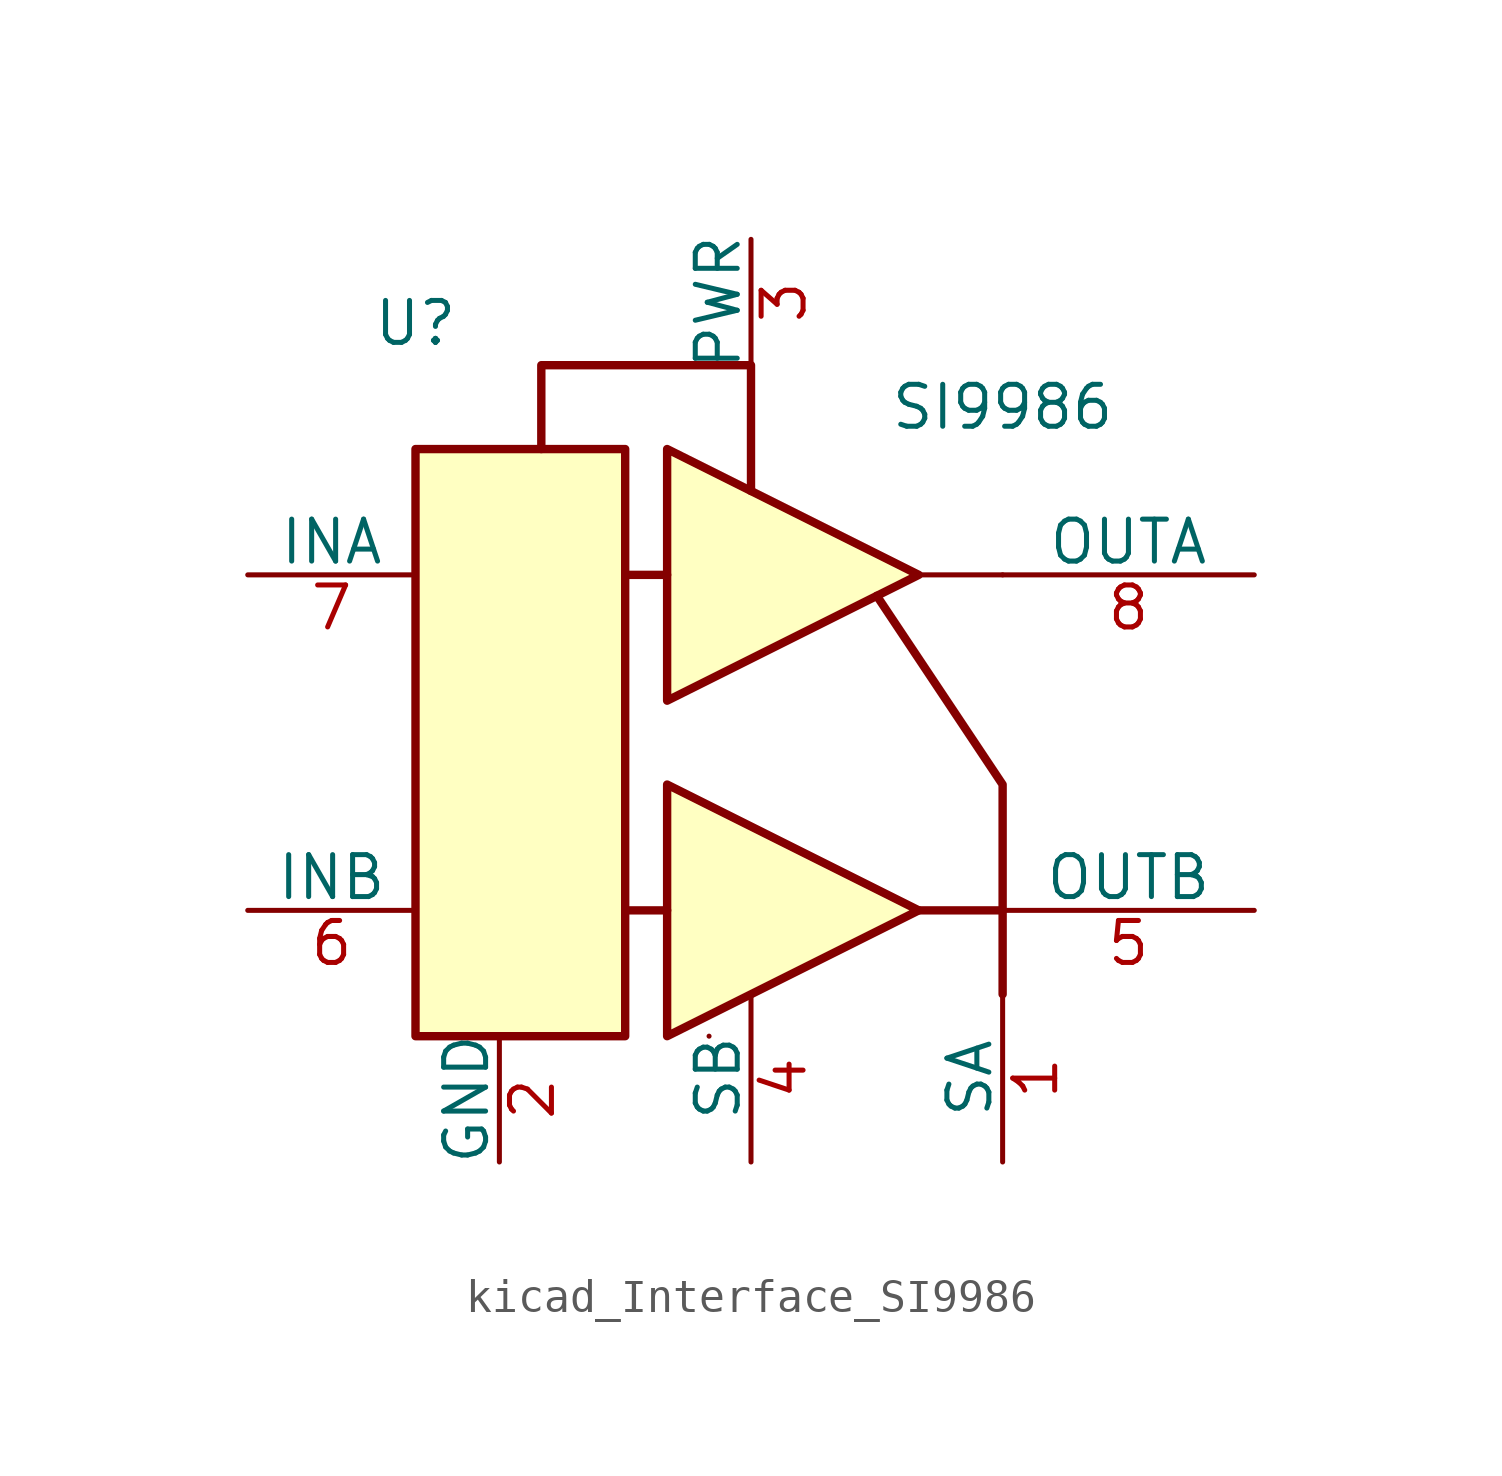
<source format=kicad_sym>
(kicad_symbol_lib
  (version 20220914)
  (generator kicad_symbol_editor)
  (symbol "kicad_Interface_SI9986"
    (pin_names
      (offset 0))
    (property "Reference" "U"
      (at -7.62 12.7 0)
      (effects (font (size 1.27 1.27))))
    (property "Value" "SI9986"
      (at 10.16 10.16 0)
      (effects (font (size 1.27 1.27))))
    (symbol "kicad_Interface_SI9986_0_1"
      (rectangle (start -7.62 8.89) (end -1.27 -8.89) (stroke (width 0.254) (type default)) (fill (type background)))
      (polyline (pts (xy 10.16 -5.08) (xy 7.62 -5.08)) (stroke (width 0.254) (type default)) (fill (type none)))
      (polyline (pts (xy 10.16 5.08) (xy 7.62 5.08)) (stroke (width 0) (type default)) (fill (type none)))
      (polyline (pts (xy 0 -5.08) (xy -1.27 -5.08) (xy -1.27 -5.08)) (stroke (width 0.254) (type default)) (fill (type none)))
      (polyline (pts (xy 10.16 -7.62) (xy 10.16 -1.27) (xy 6.35 4.445)) (stroke (width 0.254) (type default)) (fill (type none)))
      (polyline (pts (xy 0 -1.27) (xy 0 -8.89) (xy 7.62 -5.08) (xy 0 -1.27)) (stroke (width 0.254) (type default)) (fill (type background)))
      (polyline (pts (xy 0 8.89) (xy 0 1.27) (xy 7.62 5.08) (xy 0 8.89)) (stroke (width 0.254) (type default)) (fill (type background)))
      (polyline (pts (xy 1.27 -8.89) (xy 1.27 -8.89) (xy 1.27 -8.89) (xy 1.27 -8.89)) (stroke (width 0) (type default)) (fill (type none)))
      (polyline (pts (xy 0 5.08) (xy -1.27 5.08) (xy -1.27 5.08) (xy -1.27 5.08) (xy -1.27 5.08)) (stroke (width 0.254) (type default)) (fill (type none)))
      (polyline (pts (xy -3.81 8.89) (xy -3.81 11.43) (xy 2.54 11.43) (xy 2.54 7.62) (xy 2.54 7.62) (xy 2.54 7.62)) (stroke (width 0.254) (type default)) (fill (type none))))
    (symbol "kicad_Interface_SI9986_1_1"
      (pin power_in line (at 10.16 -12.7 90) (length 5.08) (name "SA" (effects (font (size 1.27 1.27)))) (number "1" (effects (font (size 1.27 1.27)))))
      (pin power_in line (at -5.08 -12.7 90) (length 3.81) (name "GND" (effects (font (size 1.27 1.27)))) (number "2" (effects (font (size 1.27 1.27)))))
      (pin power_in line (at 2.54 15.24 270) (length 3.81) (name "PWR" (effects (font (size 1.27 1.27)))) (number "3" (effects (font (size 1.27 1.27)))))
      (pin power_in line (at 2.54 -12.7 90) (length 5.08) (name "SB" (effects (font (size 1.27 1.27)))) (number "4" (effects (font (size 1.27 1.27)))))
      (pin input line (at 17.78 -5.08 180) (length 7.62) (name "OUTB" (effects (font (size 1.27 1.27)))) (number "5" (effects (font (size 1.27 1.27)))))
      (pin input line (at -12.7 -5.08 0) (length 5.08) (name "INB" (effects (font (size 1.27 1.27)))) (number "6" (effects (font (size 1.27 1.27)))))
      (pin input line (at -12.7 5.08 0) (length 5.08) (name "INA" (effects (font (size 1.27 1.27)))) (number "7" (effects (font (size 1.27 1.27)))))
      (pin input line (at 17.78 5.08 180) (length 7.62) (name "OUTA" (effects (font (size 1.27 1.27)))) (number "8" (effects (font (size 1.27 1.27))))))))
</source>
